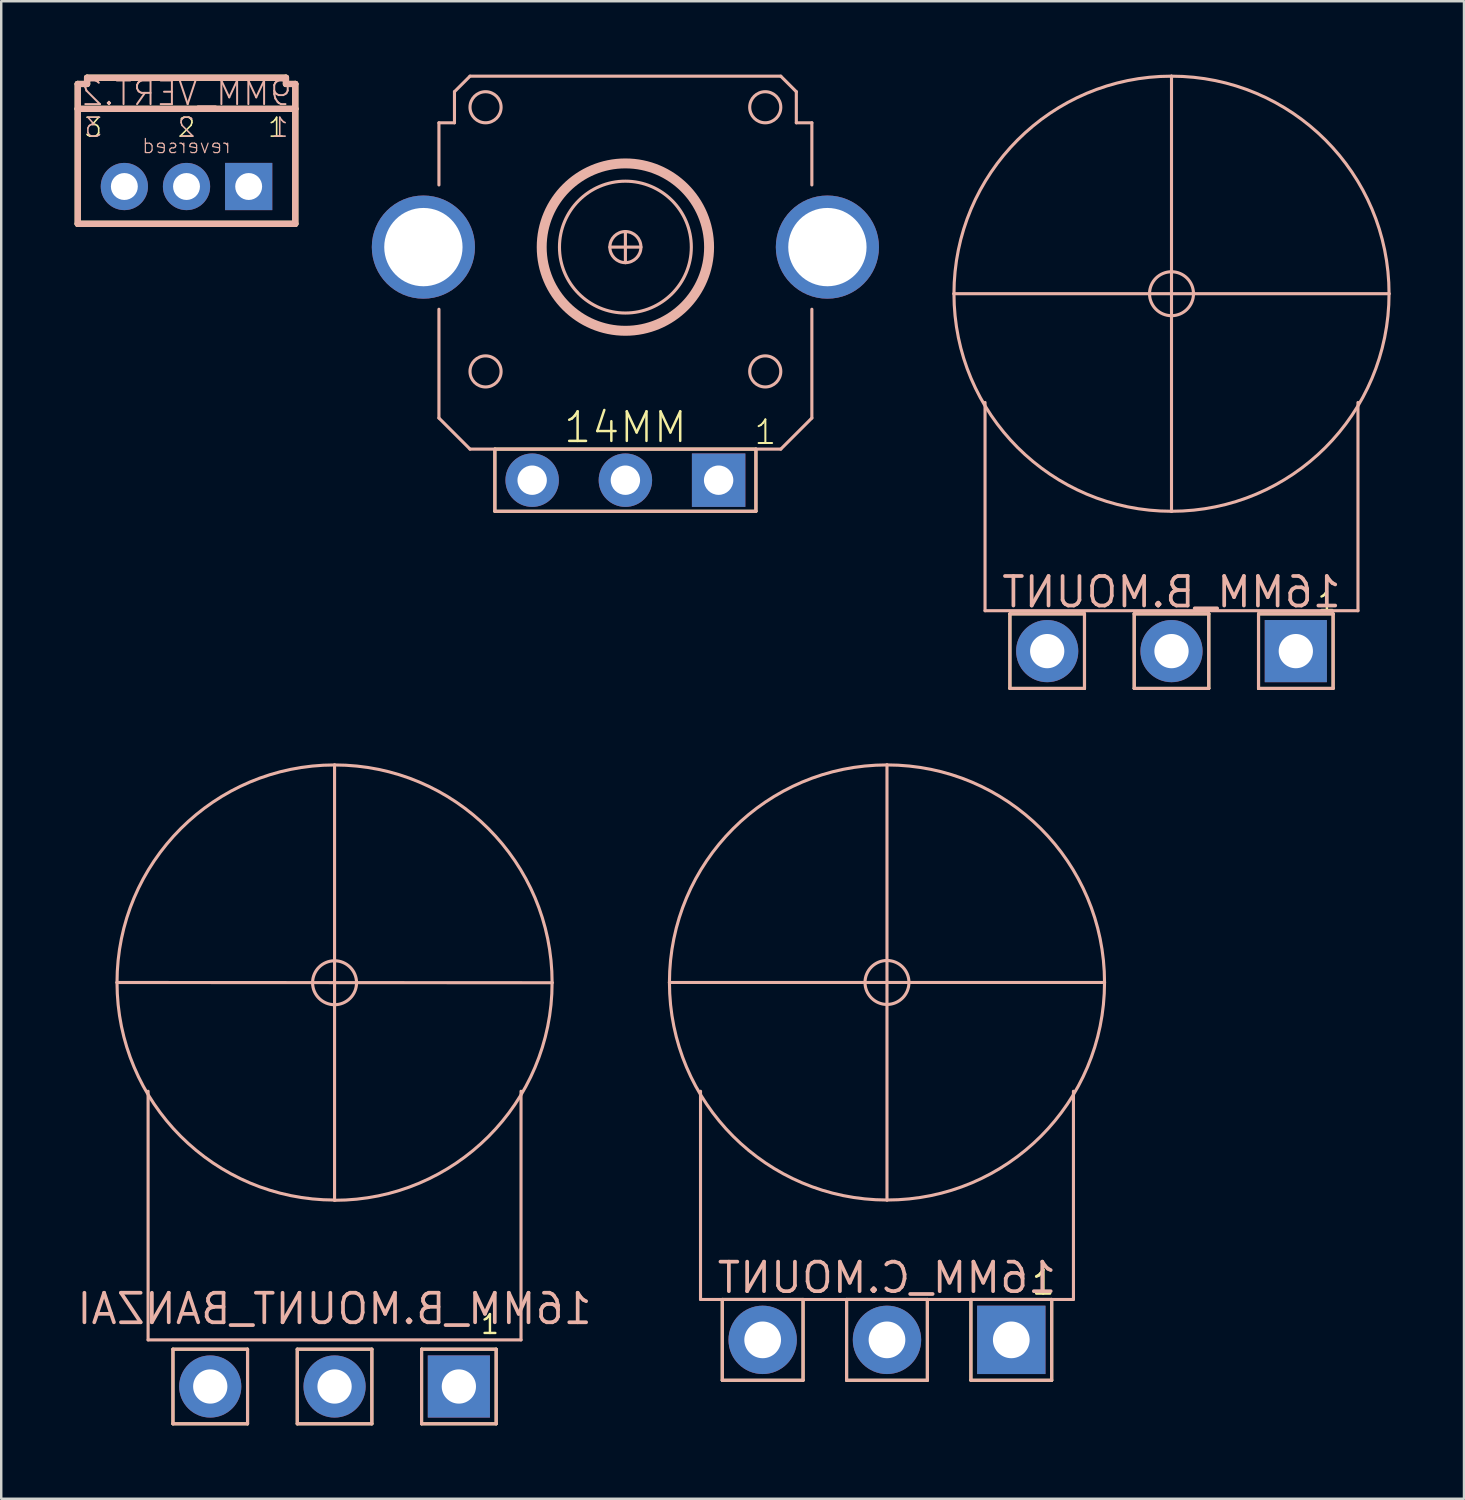
<source format=kicad_pcb>
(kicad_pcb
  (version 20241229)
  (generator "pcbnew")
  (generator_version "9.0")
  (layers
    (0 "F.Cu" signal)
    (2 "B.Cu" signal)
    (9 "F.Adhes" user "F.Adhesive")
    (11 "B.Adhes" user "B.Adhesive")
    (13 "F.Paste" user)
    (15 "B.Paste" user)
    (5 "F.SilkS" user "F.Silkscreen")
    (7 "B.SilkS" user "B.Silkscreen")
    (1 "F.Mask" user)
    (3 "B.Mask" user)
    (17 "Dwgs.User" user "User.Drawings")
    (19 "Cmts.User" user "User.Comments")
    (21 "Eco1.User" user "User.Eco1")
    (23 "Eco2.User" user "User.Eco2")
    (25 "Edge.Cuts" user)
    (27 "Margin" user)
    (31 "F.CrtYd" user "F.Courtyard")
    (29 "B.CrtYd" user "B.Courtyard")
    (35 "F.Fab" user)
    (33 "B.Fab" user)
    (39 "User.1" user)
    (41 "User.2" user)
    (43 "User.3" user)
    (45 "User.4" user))
  (footprint "16MM_C.MOUNT"
    (layer "F.Cu")
    (at 33.197 37.099)
    (property "Reference" "16MM_C.MOUNT" (at 0 12.065 0) (layer "B.SilkS") (effects (font (size 1.206 1.206) (thickness 0.152)) (justify mirror)))
    (attr through_hole)
    (fp_line (start -6.731 12.954) (end -6.731 16.256) (stroke (width 0.127) (type solid)) (layer "F.SilkS"))
    (fp_line (start -6.731 12.954) (end -3.429 12.954) (stroke (width 0.127) (type solid)) (layer "F.SilkS"))
    (fp_line (start -6.731 16.256) (end -3.429 16.256) (stroke (width 0.127) (type solid)) (layer "F.SilkS"))
    (fp_line (start -3.429 16.256) (end -3.429 12.954) (stroke (width 0.127) (type solid)) (layer "F.SilkS"))
    (fp_line (start -1.651 12.954) (end -1.651 16.256) (stroke (width 0.127) (type solid)) (layer "F.SilkS"))
    (fp_line (start -1.651 12.954) (end 1.651 12.954) (stroke (width 0.127) (type solid)) (layer "F.SilkS"))
    (fp_line (start -1.651 16.256) (end 1.651 16.256) (stroke (width 0.127) (type solid)) (layer "F.SilkS"))
    (fp_line (start 1.651 16.256) (end 1.651 12.954) (stroke (width 0.127) (type solid)) (layer "F.SilkS"))
    (fp_line (start 3.429 12.954) (end 3.429 16.256) (stroke (width 0.127) (type solid)) (layer "F.SilkS"))
    (fp_line (start 3.429 12.954) (end 6.731 12.954) (stroke (width 0.127) (type solid)) (layer "F.SilkS"))
    (fp_line (start 3.429 16.256) (end 6.731 16.256) (stroke (width 0.127) (type solid)) (layer "F.SilkS"))
    (fp_line (start 6.731 16.256) (end 6.731 12.954) (stroke (width 0.127) (type solid)) (layer "F.SilkS"))
    (fp_line (start -8.89 0) (end 8.89 0) (stroke (width 0.127) (type solid)) (layer "B.SilkS"))
    (fp_line (start -7.62 4.445) (end -7.62 12.954) (stroke (width 0.127) (type solid)) (layer "B.SilkS"))
    (fp_line (start -7.62 12.954) (end 7.62 12.954) (stroke (width 0.127) (type solid)) (layer "B.SilkS"))
    (fp_line (start -6.731 12.954) (end -6.731 16.256) (stroke (width 0.127) (type solid)) (layer "B.SilkS"))
    (fp_line (start -6.731 12.954) (end -3.429 12.954) (stroke (width 0.127) (type solid)) (layer "B.SilkS"))
    (fp_line (start -6.731 16.256) (end -3.429 16.256) (stroke (width 0.127) (type solid)) (layer "B.SilkS"))
    (fp_line (start -3.429 16.256) (end -3.429 12.954) (stroke (width 0.127) (type solid)) (layer "B.SilkS"))
    (fp_line (start -1.651 12.954) (end -1.651 16.256) (stroke (width 0.127) (type solid)) (layer "B.SilkS"))
    (fp_line (start -1.651 12.954) (end 1.651 12.954) (stroke (width 0.127) (type solid)) (layer "B.SilkS"))
    (fp_line (start -1.651 16.256) (end 1.651 16.256) (stroke (width 0.127) (type solid)) (layer "B.SilkS"))
    (fp_line (start 0 8.89) (end 0 -8.89) (stroke (width 0.127) (type solid)) (layer "B.SilkS"))
    (fp_line (start 1.651 16.256) (end 1.651 12.954) (stroke (width 0.127) (type solid)) (layer "B.SilkS"))
    (fp_line (start 3.429 12.954) (end 3.429 16.256) (stroke (width 0.127) (type solid)) (layer "B.SilkS"))
    (fp_line (start 3.429 12.954) (end 6.731 12.954) (stroke (width 0.127) (type solid)) (layer "B.SilkS"))
    (fp_line (start 3.429 16.256) (end 6.731 16.256) (stroke (width 0.127) (type solid)) (layer "B.SilkS"))
    (fp_line (start 6.731 16.256) (end 6.731 12.954) (stroke (width 0.127) (type solid)) (layer "B.SilkS"))
    (fp_line (start 7.62 12.954) (end 7.62 4.445) (stroke (width 0.127) (type solid)) (layer "B.SilkS"))
    (fp_arc (start -8.89 0) (mid -6.286208 -6.286209) (end 0.000002 -8.89) (stroke (width 0.127) (type solid)) (layer "B.SilkS"))
    (fp_arc (start 0 -8.89) (mid 6.286209 -6.286208) (end 8.89 0.000002) (stroke (width 0.127) (type solid)) (layer "B.SilkS"))
    (fp_arc (start 0 8.89) (mid -6.286179 6.286179) (end -8.89 0) (stroke (width 0.127) (type solid)) (layer "B.SilkS"))
    (fp_arc (start 8.89 0) (mid 6.286179 6.286179) (end 0 8.89) (stroke (width 0.127) (type solid)) (layer "B.SilkS"))
    (fp_circle (center 0 0) (end 0.898 0) (stroke (width 0.127) (type solid)) (fill no) (layer "B.SilkS"))
    (fp_text user "1" (at 5.842 12.827 0) (layer "F.SilkS") (effects (font (size 0.965 0.965) (thickness 0.122)) (justify left bottom)))
    (pad "1" thru_hole rect (at 5.08 14.605 180) (size 2.794 2.794) (drill 1.5) (layers "*.Cu" "*.Mask"))
    (pad "2" thru_hole oval (at 0 14.605 180) (size 2.794 2.794) (drill 1.5) (layers "*.Cu" "*.Mask"))
    (pad "3" thru_hole oval (at -5.08 14.605 180) (size 2.794 2.794) (drill 1.5) (layers "*.Cu" "*.Mask")))
  (footprint "16MM_B.MOUNT"
    (layer "F.Cu")
    (at 44.824 23.558)
    (property "Reference" "16MM_B.MOUNT" (at 0 -2.413 0) (layer "B.SilkS") (effects (font (size 1.206 1.206) (thickness 0.152)) (justify mirror)))
    (attr through_hole)
    (fp_line (start -6.604 -1.524) (end -6.604 1.524) (stroke (width 0.127) (type solid)) (layer "F.SilkS"))
    (fp_line (start -6.604 -1.524) (end -3.556 -1.524) (stroke (width 0.127) (type solid)) (layer "F.SilkS"))
    (fp_line (start -6.604 1.524) (end -3.556 1.524) (stroke (width 0.127) (type solid)) (layer "F.SilkS"))
    (fp_line (start -3.556 1.524) (end -3.556 -1.524) (stroke (width 0.127) (type solid)) (layer "F.SilkS"))
    (fp_line (start -1.524 -1.524) (end -1.524 1.524) (stroke (width 0.127) (type solid)) (layer "F.SilkS"))
    (fp_line (start -1.524 -1.524) (end 1.524 -1.524) (stroke (width 0.127) (type solid)) (layer "F.SilkS"))
    (fp_line (start -1.524 1.524) (end 1.524 1.524) (stroke (width 0.127) (type solid)) (layer "F.SilkS"))
    (fp_line (start 1.524 1.524) (end 1.524 -1.524) (stroke (width 0.127) (type solid)) (layer "F.SilkS"))
    (fp_line (start 3.556 -1.524) (end 3.556 1.524) (stroke (width 0.127) (type solid)) (layer "F.SilkS"))
    (fp_line (start 3.556 -1.524) (end 6.604 -1.524) (stroke (width 0.127) (type solid)) (layer "F.SilkS"))
    (fp_line (start 3.556 1.524) (end 6.604 1.524) (stroke (width 0.127) (type solid)) (layer "F.SilkS"))
    (fp_line (start 6.604 1.524) (end 6.604 -1.524) (stroke (width 0.127) (type solid)) (layer "F.SilkS"))
    (fp_line (start -8.89 -14.605) (end 8.89 -14.605) (stroke (width 0.127) (type solid)) (layer "B.SilkS"))
    (fp_line (start -7.62 -10.16) (end -7.62 -1.651) (stroke (width 0.127) (type solid)) (layer "B.SilkS"))
    (fp_line (start -7.62 -1.651) (end 7.62 -1.651) (stroke (width 0.127) (type solid)) (layer "B.SilkS"))
    (fp_line (start -6.604 -1.524) (end -6.604 1.524) (stroke (width 0.127) (type solid)) (layer "B.SilkS"))
    (fp_line (start -6.604 -1.524) (end -3.556 -1.524) (stroke (width 0.127) (type solid)) (layer "B.SilkS"))
    (fp_line (start -6.604 1.524) (end -3.556 1.524) (stroke (width 0.127) (type solid)) (layer "B.SilkS"))
    (fp_line (start -3.556 1.524) (end -3.556 -1.524) (stroke (width 0.127) (type solid)) (layer "B.SilkS"))
    (fp_line (start -1.524 -1.524) (end -1.524 1.524) (stroke (width 0.127) (type solid)) (layer "B.SilkS"))
    (fp_line (start -1.524 -1.524) (end 1.524 -1.524) (stroke (width 0.127) (type solid)) (layer "B.SilkS"))
    (fp_line (start -1.524 1.524) (end 1.524 1.524) (stroke (width 0.127) (type solid)) (layer "B.SilkS"))
    (fp_line (start 0 -5.715) (end 0 -23.495) (stroke (width 0.127) (type solid)) (layer "B.SilkS"))
    (fp_line (start 1.524 1.524) (end 1.524 -1.524) (stroke (width 0.127) (type solid)) (layer "B.SilkS"))
    (fp_line (start 3.556 -1.524) (end 3.556 1.524) (stroke (width 0.127) (type solid)) (layer "B.SilkS"))
    (fp_line (start 3.556 -1.524) (end 6.604 -1.524) (stroke (width 0.127) (type solid)) (layer "B.SilkS"))
    (fp_line (start 3.556 1.524) (end 6.604 1.524) (stroke (width 0.127) (type solid)) (layer "B.SilkS"))
    (fp_line (start 6.604 1.524) (end 6.604 -1.524) (stroke (width 0.127) (type solid)) (layer "B.SilkS"))
    (fp_line (start 7.62 -1.651) (end 7.62 -10.16) (stroke (width 0.127) (type solid)) (layer "B.SilkS"))
    (fp_arc (start -8.89 -14.605) (mid -6.286208 -20.891209) (end 0.000002 -23.495) (stroke (width 0.127) (type solid)) (layer "B.SilkS"))
    (fp_arc (start 0 -23.495) (mid 6.286209 -20.891208) (end 8.89 -14.604998) (stroke (width 0.127) (type solid)) (layer "B.SilkS"))
    (fp_arc (start 0 -5.715) (mid -6.286179 -8.318821) (end -8.89 -14.605) (stroke (width 0.127) (type solid)) (layer "B.SilkS"))
    (fp_arc (start 8.89 -14.605) (mid 6.286179 -8.318821) (end 0 -5.715) (stroke (width 0.127) (type solid)) (layer "B.SilkS"))
    (fp_circle (center 0 -14.605) (end 0.898 -14.605) (stroke (width 0.127) (type solid)) (fill no) (layer "B.SilkS"))
    (fp_text user "1" (at 6.35 -2.032 0) (layer "F.SilkS") (effects (font (size 0.772 0.772) (thickness 0.098))))
    (pad "1" thru_hole rect (at 5.08 0 180) (size 2.54 2.54) (drill 1.4) (layers "*.Cu" "*.Mask"))
    (pad "2" thru_hole oval (at 0 0 180) (size 2.54 2.54) (drill 1.4) (layers "*.Cu" "*.Mask"))
    (pad "3" thru_hole oval (at -5.08 0 180) (size 2.54 2.54) (drill 1.4) (layers "*.Cu" "*.Mask")))
  (footprint "9MM_VERT.2"
    (layer "F.Cu")
    (at 4.572 4.572)
    (property "Reference" "9MM_VERT.2" (at 0 -3.81 0) (layer "B.SilkS") (effects (font (size 0.965 0.965) (thickness 0.081)) (justify mirror)))
    (attr through_hole)
    (fp_line (start -4.445 -4.191) (end -4.445 -3.175) (stroke (width 0.254) (type solid)) (layer "F.SilkS"))
    (fp_line (start -4.445 -3.175) (end -4.445 1.524) (stroke (width 0.254) (type solid)) (layer "F.SilkS"))
    (fp_line (start -4.445 -3.175) (end 4.445 -3.175) (stroke (width 0.254) (type solid)) (layer "F.SilkS"))
    (fp_line (start -4.064 -4.445) (end -4.064 -4.191) (stroke (width 0.254) (type solid)) (layer "F.SilkS"))
    (fp_line (start -4.064 -4.191) (end -4.445 -4.191) (stroke (width 0.254) (type solid)) (layer "F.SilkS"))
    (fp_line (start 4.064 -4.445) (end -4.064 -4.445) (stroke (width 0.254) (type solid)) (layer "F.SilkS"))
    (fp_line (start 4.064 -4.191) (end 4.064 -4.445) (stroke (width 0.254) (type solid)) (layer "F.SilkS"))
    (fp_line (start 4.445 -4.191) (end 4.064 -4.191) (stroke (width 0.254) (type solid)) (layer "F.SilkS"))
    (fp_line (start 4.445 -4.191) (end 4.445 -3.175) (stroke (width 0.254) (type solid)) (layer "F.SilkS"))
    (fp_line (start 4.445 -3.175) (end 4.445 1.524) (stroke (width 0.254) (type solid)) (layer "F.SilkS"))
    (fp_line (start 4.445 1.524) (end -4.445 1.524) (stroke (width 0.254) (type solid)) (layer "F.SilkS"))
    (fp_line (start -4.445 -4.191) (end -4.445 -3.175) (stroke (width 0.254) (type solid)) (layer "B.SilkS"))
    (fp_line (start -4.445 -4.191) (end -4.064 -4.191) (stroke (width 0.254) (type solid)) (layer "B.SilkS"))
    (fp_line (start -4.445 -3.175) (end -4.445 1.524) (stroke (width 0.254) (type solid)) (layer "B.SilkS"))
    (fp_line (start -4.445 1.524) (end 4.445 1.524) (stroke (width 0.254) (type solid)) (layer "B.SilkS"))
    (fp_line (start -4.064 -4.445) (end 4.064 -4.445) (stroke (width 0.254) (type solid)) (layer "B.SilkS"))
    (fp_line (start -4.064 -4.191) (end -4.064 -4.445) (stroke (width 0.254) (type solid)) (layer "B.SilkS"))
    (fp_line (start 4.064 -4.445) (end 4.064 -4.191) (stroke (width 0.254) (type solid)) (layer "B.SilkS"))
    (fp_line (start 4.064 -4.191) (end 4.445 -4.191) (stroke (width 0.254) (type solid)) (layer "B.SilkS"))
    (fp_line (start 4.445 -4.191) (end 4.445 -3.175) (stroke (width 0.254) (type solid)) (layer "B.SilkS"))
    (fp_line (start 4.445 -3.175) (end -4.445 -3.175) (stroke (width 0.254) (type solid)) (layer "B.SilkS"))
    (fp_line (start 4.445 -3.175) (end 4.445 1.524) (stroke (width 0.254) (type solid)) (layer "B.SilkS"))
    (fp_text user "2" (at 0 -2.413 0) (layer "F.SilkS") (effects (font (size 0.772 0.772) (thickness 0.065))))
    (fp_text user "3" (at -3.81 -2.413 0) (layer "F.SilkS") (effects (font (size 0.772 0.772) (thickness 0.065))))
    (fp_text user "1" (at 3.683 -2.413 0) (layer "F.SilkS") (effects (font (size 0.772 0.772) (thickness 0.065))))
    (fp_text user "3" (at -3.81 -2.413 0) (layer "B.SilkS") (effects (font (size 0.772 0.772) (thickness 0.065)) (justify mirror)))
    (fp_text user "reversed" (at 0 -1.651 0) (layer "B.SilkS") (effects (font (size 0.579 0.579) (thickness 0.049)) (justify mirror)))
    (fp_text user "2" (at 0 -2.413 0) (layer "B.SilkS") (effects (font (size 0.772 0.772) (thickness 0.065)) (justify mirror)))
    (fp_text user "1" (at 3.81 -2.413 0) (layer "B.SilkS") (effects (font (size 0.772 0.772) (thickness 0.065)) (justify mirror)))
    (pad "1" thru_hole rect (at 2.54 0) (size 1.93 1.93) (drill 1.1) (layers "*.Cu" "*.Mask"))
    (pad "2" thru_hole oval (at 0 0) (size 1.93 1.93) (drill 1.1) (layers "*.Cu" "*.Mask"))
    (pad "3" thru_hole oval (at -2.54 0) (size 1.93 1.93) (drill 1.1) (layers "*.Cu" "*.Mask")))
  (footprint "14MM"
    (layer "F.Cu")
    (at 22.507 16.573)
    (property "Reference" "14MM" (at 0 -2.159 0) (layer "F.SilkS") (effects (font (size 1.206 1.206) (thickness 0.102))))
    (attr through_hole)
    (fp_line (start -5.334 -1.27) (end -5.334 1.27) (stroke (width 0.127) (type solid)) (layer "F.SilkS"))
    (fp_line (start -5.334 1.27) (end 5.334 1.27) (stroke (width 0.127) (type solid)) (layer "F.SilkS"))
    (fp_line (start 5.334 -1.27) (end -5.334 -1.27) (stroke (width 0.127) (type solid)) (layer "F.SilkS"))
    (fp_line (start 5.334 1.27) (end 5.334 -1.27) (stroke (width 0.127) (type solid)) (layer "F.SilkS"))
    (fp_line (start -7.62 -14.605) (end -6.985 -14.605) (stroke (width 0.127) (type solid)) (layer "B.SilkS"))
    (fp_line (start -7.62 -12.065) (end -7.62 -14.605) (stroke (width 0.127) (type solid)) (layer "B.SilkS"))
    (fp_line (start -7.62 -2.54) (end -7.62 -6.985) (stroke (width 0.127) (type solid)) (layer "B.SilkS"))
    (fp_line (start -6.985 -15.875) (end -6.35 -16.51) (stroke (width 0.127) (type solid)) (layer "B.SilkS"))
    (fp_line (start -6.985 -14.605) (end -6.985 -15.875) (stroke (width 0.127) (type solid)) (layer "B.SilkS"))
    (fp_line (start -6.35 -16.51) (end 6.35 -16.51) (stroke (width 0.127) (type solid)) (layer "B.SilkS"))
    (fp_line (start -6.35 -1.27) (end -7.62 -2.54) (stroke (width 0.127) (type solid)) (layer "B.SilkS"))
    (fp_line (start -5.334 -1.27) (end -5.334 1.27) (stroke (width 0.127) (type solid)) (layer "B.SilkS"))
    (fp_line (start -5.334 1.27) (end 5.334 1.27) (stroke (width 0.127) (type solid)) (layer "B.SilkS"))
    (fp_line (start -0.635 -9.525) (end 0.635 -9.525) (stroke (width 0.127) (type solid)) (layer "B.SilkS"))
    (fp_line (start 0 -10.16) (end 0 -8.89) (stroke (width 0.127) (type solid)) (layer "B.SilkS"))
    (fp_line (start 5.334 1.27) (end 5.334 -1.27) (stroke (width 0.127) (type solid)) (layer "B.SilkS"))
    (fp_line (start 6.35 -16.51) (end 6.985 -15.875) (stroke (width 0.127) (type solid)) (layer "B.SilkS"))
    (fp_line (start 6.35 -1.27) (end -6.35 -1.27) (stroke (width 0.127) (type solid)) (layer "B.SilkS"))
    (fp_line (start 6.985 -15.875) (end 6.985 -14.605) (stroke (width 0.127) (type solid)) (layer "B.SilkS"))
    (fp_line (start 6.985 -14.605) (end 7.62 -14.605) (stroke (width 0.127) (type solid)) (layer "B.SilkS"))
    (fp_line (start 7.62 -14.605) (end 7.62 -12.065) (stroke (width 0.127) (type solid)) (layer "B.SilkS"))
    (fp_line (start 7.62 -6.985) (end 7.62 -2.54) (stroke (width 0.127) (type solid)) (layer "B.SilkS"))
    (fp_line (start 7.62 -2.54) (end 6.35 -1.27) (stroke (width 0.127) (type solid)) (layer "B.SilkS"))
    (fp_circle (center -5.715 -15.24) (end -5.08 -15.24) (stroke (width 0.127) (type solid)) (fill no) (layer "B.SilkS"))
    (fp_circle (center -5.715 -4.445) (end -5.08 -4.445) (stroke (width 0.127) (type solid)) (fill no) (layer "B.SilkS"))
    (fp_circle (center 0 -9.525) (end 0.635 -9.525) (stroke (width 0.127) (type solid)) (fill no) (layer "B.SilkS"))
    (fp_circle (center 0 -9.525) (end 2.694 -9.525) (stroke (width 0.127) (type solid)) (fill no) (layer "B.SilkS"))
    (fp_circle (center 0 -9.525) (end 3.42 -9.525) (stroke (width 0.406) (type solid)) (fill no) (layer "B.SilkS"))
    (fp_circle (center 5.715 -15.24) (end 6.35 -15.24) (stroke (width 0.127) (type solid)) (fill no) (layer "B.SilkS"))
    (fp_circle (center 5.715 -4.445) (end 6.35 -4.445) (stroke (width 0.127) (type solid)) (fill no) (layer "B.SilkS"))
    (fp_text user "1" (at 5.207 -1.397 0) (layer "F.SilkS") (effects (font (size 0.965 0.965) (thickness 0.081)) (justify left bottom)))
    (pad "P$1" thru_hole rect (at 3.81 0) (size 2.184 2.184) (drill 1.2) (layers "*.Cu" "*.Mask"))
    (pad "P$2" thru_hole oval (at 0 0) (size 2.184 2.184) (drill 1.2) (layers "*.Cu" "*.Mask"))
    (pad "P$3" thru_hole oval (at -3.81 0) (size 2.184 2.184) (drill 1.2) (layers "*.Cu" "*.Mask"))
    (pad "P$4" thru_hole oval (at -8.255 -9.525) (size 4.216 4.216) (drill 3.2) (layers "*.Cu" "*.Mask"))
    (pad "P$5" thru_hole oval (at 8.255 -9.525) (size 4.216 4.216) (drill 3.2) (layers "*.Cu" "*.Mask")))
  (footprint "16MM_B.MOUNT_BANZAI"
    (layer "F.Cu")
    (at 10.622 53.61)
    (property "Reference" "16MM_B.MOUNT_BANZAI" (at 0 -3.175 0) (layer "B.SilkS") (effects (font (size 1.206 1.206) (thickness 0.152)) (justify mirror)))
    (attr through_hole)
    (fp_line (start -6.604 -1.524) (end -6.604 1.524) (stroke (width 0.127) (type solid)) (layer "F.SilkS"))
    (fp_line (start -6.604 -1.524) (end -3.556 -1.524) (stroke (width 0.127) (type solid)) (layer "F.SilkS"))
    (fp_line (start -6.604 1.524) (end -3.556 1.524) (stroke (width 0.127) (type solid)) (layer "F.SilkS"))
    (fp_line (start -3.556 1.524) (end -3.556 -1.524) (stroke (width 0.127) (type solid)) (layer "F.SilkS"))
    (fp_line (start -1.524 -1.524) (end -1.524 1.524) (stroke (width 0.127) (type solid)) (layer "F.SilkS"))
    (fp_line (start -1.524 -1.524) (end 1.524 -1.524) (stroke (width 0.127) (type solid)) (layer "F.SilkS"))
    (fp_line (start -1.524 1.524) (end 1.524 1.524) (stroke (width 0.127) (type solid)) (layer "F.SilkS"))
    (fp_line (start 1.524 1.524) (end 1.524 -1.524) (stroke (width 0.127) (type solid)) (layer "F.SilkS"))
    (fp_line (start 3.556 -1.524) (end 3.556 1.524) (stroke (width 0.127) (type solid)) (layer "F.SilkS"))
    (fp_line (start 3.556 -1.524) (end 6.604 -1.524) (stroke (width 0.127) (type solid)) (layer "F.SilkS"))
    (fp_line (start 3.556 1.524) (end 6.604 1.524) (stroke (width 0.127) (type solid)) (layer "F.SilkS"))
    (fp_line (start 6.604 1.524) (end 6.604 -1.524) (stroke (width 0.127) (type solid)) (layer "F.SilkS"))
    (fp_line (start -8.89 -16.51) (end 8.89 -16.5) (stroke (width 0.127) (type solid)) (layer "B.SilkS"))
    (fp_line (start -7.62 -12.065) (end -7.62 -1.905) (stroke (width 0.127) (type solid)) (layer "B.SilkS"))
    (fp_line (start -7.62 -1.905) (end 7.62 -1.905) (stroke (width 0.127) (type solid)) (layer "B.SilkS"))
    (fp_line (start -6.604 -1.524) (end -6.604 1.524) (stroke (width 0.127) (type solid)) (layer "B.SilkS"))
    (fp_line (start -6.604 -1.524) (end -3.556 -1.524) (stroke (width 0.127) (type solid)) (layer "B.SilkS"))
    (fp_line (start -6.604 1.524) (end -3.556 1.524) (stroke (width 0.127) (type solid)) (layer "B.SilkS"))
    (fp_line (start -3.556 1.524) (end -3.556 -1.524) (stroke (width 0.127) (type solid)) (layer "B.SilkS"))
    (fp_line (start -1.524 -1.524) (end -1.524 1.524) (stroke (width 0.127) (type solid)) (layer "B.SilkS"))
    (fp_line (start -1.524 -1.524) (end 1.524 -1.524) (stroke (width 0.127) (type solid)) (layer "B.SilkS"))
    (fp_line (start -1.524 1.524) (end 1.524 1.524) (stroke (width 0.127) (type solid)) (layer "B.SilkS"))
    (fp_line (start 0 -7.61) (end 0 -25.39) (stroke (width 0.127) (type solid)) (layer "B.SilkS"))
    (fp_line (start 1.524 1.524) (end 1.524 -1.524) (stroke (width 0.127) (type solid)) (layer "B.SilkS"))
    (fp_line (start 3.556 -1.524) (end 3.556 1.524) (stroke (width 0.127) (type solid)) (layer "B.SilkS"))
    (fp_line (start 3.556 -1.524) (end 6.604 -1.524) (stroke (width 0.127) (type solid)) (layer "B.SilkS"))
    (fp_line (start 3.556 1.524) (end 6.604 1.524) (stroke (width 0.127) (type solid)) (layer "B.SilkS"))
    (fp_line (start 6.604 1.524) (end 6.604 -1.524) (stroke (width 0.127) (type solid)) (layer "B.SilkS"))
    (fp_line (start 7.62 -1.905) (end 7.62 -12.065) (stroke (width 0.127) (type solid)) (layer "B.SilkS"))
    (fp_arc (start -8.89 -16.51) (mid -6.286208 -22.796209) (end 0.000002 -25.4) (stroke (width 0.127) (type solid)) (layer "B.SilkS"))
    (fp_arc (start 0 -25.400002) (mid 6.286209 -22.79621) (end 8.89 -16.51) (stroke (width 0.127) (type solid)) (layer "B.SilkS"))
    (fp_arc (start 0 -7.62) (mid -6.286179 -10.223821) (end -8.89 -16.51) (stroke (width 0.127) (type solid)) (layer "B.SilkS"))
    (fp_arc (start 8.89 -16.5) (mid 6.286179 -10.213821) (end 0 -7.61) (stroke (width 0.127) (type solid)) (layer "B.SilkS"))
    (fp_circle (center 0 -16.5) (end 0.898 -16.5) (stroke (width 0.127) (type solid)) (fill no) (layer "B.SilkS"))
    (fp_text user "1" (at 6.35 -2.54 0) (layer "F.SilkS") (effects (font (size 0.772 0.772) (thickness 0.098))))
    (pad "1" thru_hole rect (at 5.08 0 180) (size 2.54 2.54) (drill 1.4) (layers "*.Cu" "*.Mask"))
    (pad "2" thru_hole oval (at 0 0 180) (size 2.54 2.54) (drill 1.4) (layers "*.Cu" "*.Mask"))
    (pad "3" thru_hole oval (at -5.08 0 180) (size 2.54 2.54) (drill 1.4) (layers "*.Cu" "*.Mask")))
  (gr_rect
    (start -3 -3)
    (end 56.777 58.197)
    (stroke (width 0.1) (type default))
    (fill no)
    (layer "Edge.Cuts")))
</source>
